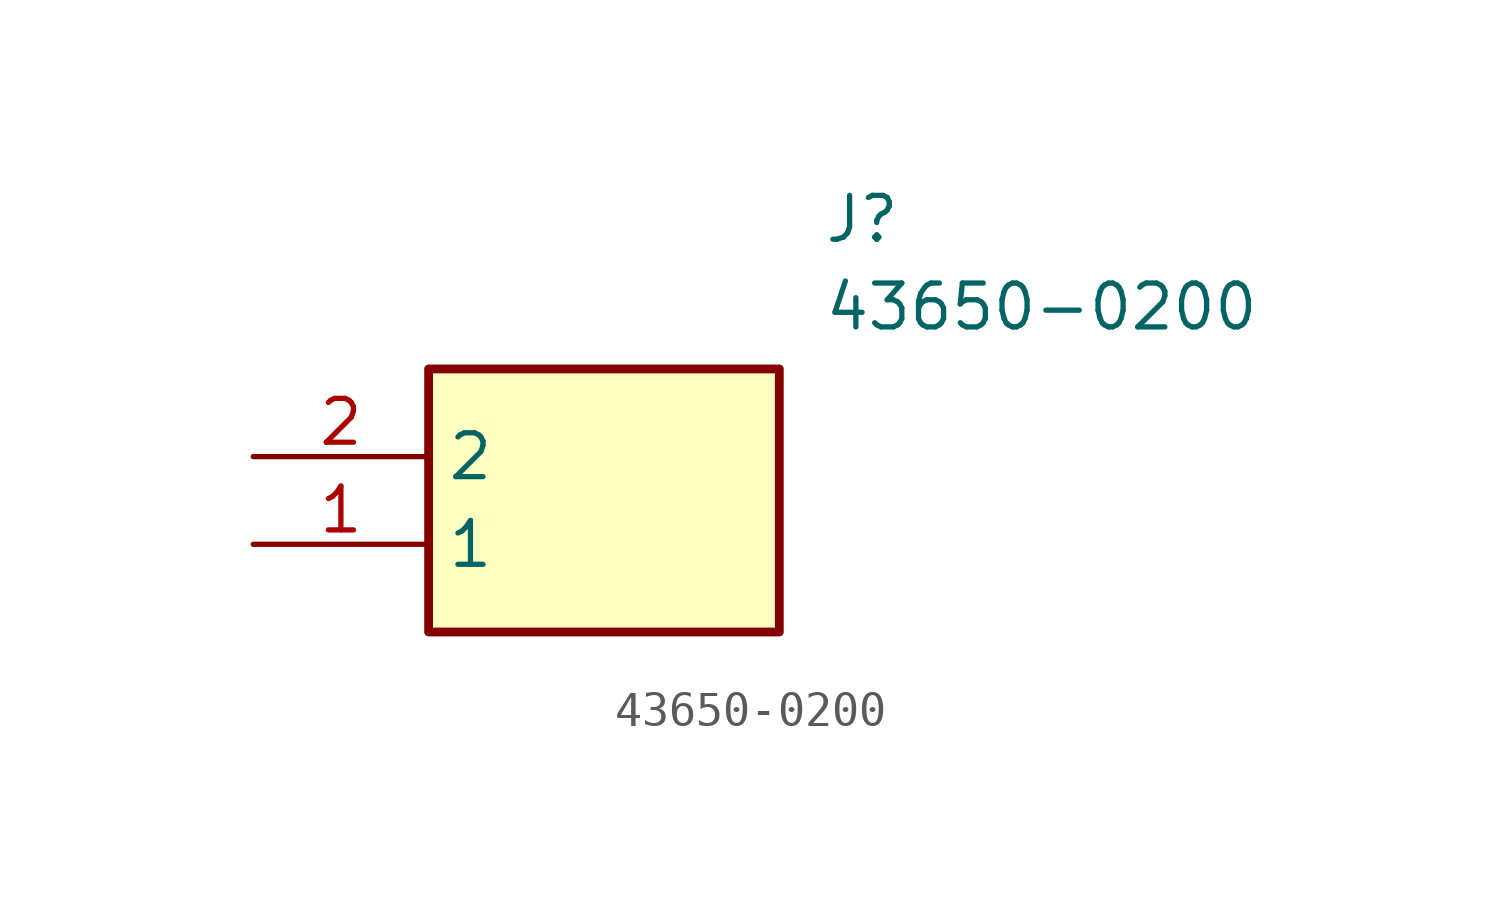
<source format=kicad_sym>
(kicad_symbol_lib
  (version 20241209)
  (generator "kicad_symbol_editor")
  (generator_version "9.0")
  (symbol "43650-0200"
    (property "Reference" "J"
      (at 16.51 7.62 0)
      (effects (font (size 1.27 1.27)) (justify left top)))
    (property "Value" "43650-0200"
      (at 16.51 5.08 0)
      (effects (font (size 1.27 1.27)) (justify left top)))
    (symbol "43650-0200_1_1"
      (rectangle (start 5.08 2.54) (end 15.24 -5.08) (stroke (width 0.254) (type default)) (fill (type background)))
      (pin passive line (at 0 0 0) (length 5.08) (name "2" (effects (font (size 1.27 1.27)))) (number "2" (effects (font (size 1.27 1.27)))))
      (pin passive line (at 0 -2.54 0) (length 5.08) (name "1" (effects (font (size 1.27 1.27)))) (number "1" (effects (font (size 1.27 1.27))))))))
</source>
